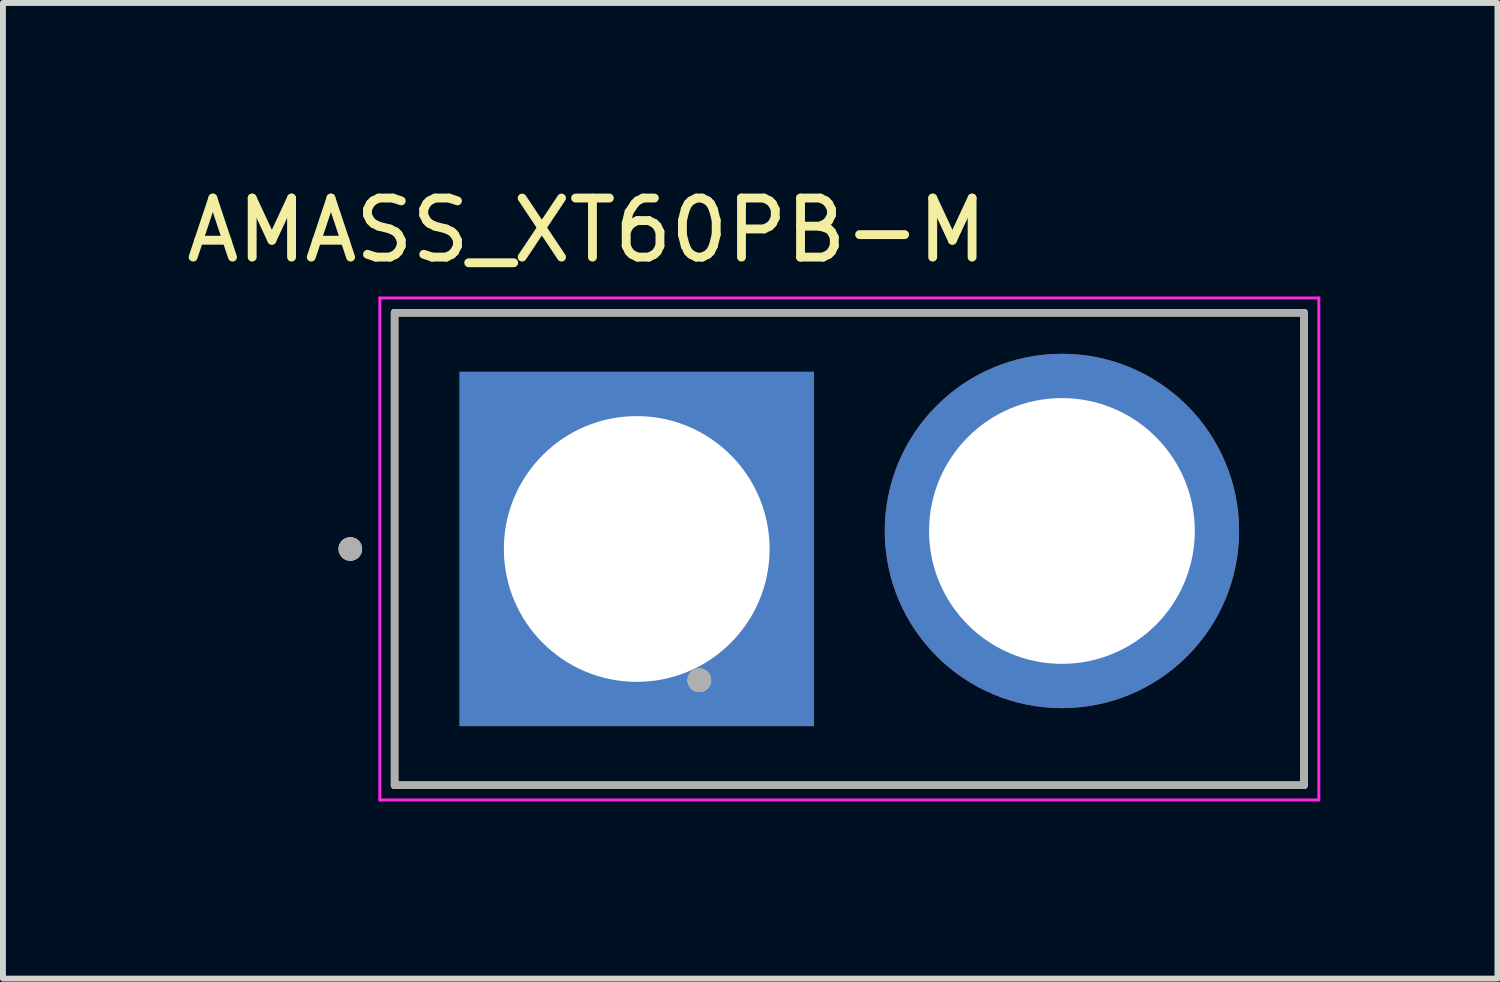
<source format=kicad_pcb>
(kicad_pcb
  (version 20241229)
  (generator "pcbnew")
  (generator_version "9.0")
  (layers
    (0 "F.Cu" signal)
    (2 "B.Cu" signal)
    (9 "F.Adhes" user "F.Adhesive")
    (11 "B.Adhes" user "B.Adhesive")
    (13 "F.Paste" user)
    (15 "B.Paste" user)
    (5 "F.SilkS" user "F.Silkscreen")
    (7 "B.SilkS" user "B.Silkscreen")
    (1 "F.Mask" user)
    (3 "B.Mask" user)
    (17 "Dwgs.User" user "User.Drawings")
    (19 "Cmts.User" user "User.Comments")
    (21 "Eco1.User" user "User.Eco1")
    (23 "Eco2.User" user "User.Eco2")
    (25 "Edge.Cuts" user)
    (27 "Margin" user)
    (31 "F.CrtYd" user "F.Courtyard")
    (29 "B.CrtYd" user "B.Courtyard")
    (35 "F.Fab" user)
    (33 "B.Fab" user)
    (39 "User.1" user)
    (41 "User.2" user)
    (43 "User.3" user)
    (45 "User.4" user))
  (footprint "AMASS_XT60PB-M"
    (layer "F.Cu")
    (at 11.332 6.246)
    (property "Reference" "AMASS_XT60PB-M" (at -4.445 -5.397 0) (layer "F.SilkS") (effects (font (size 1 1) (thickness 0.15))))
    (attr through_hole)
    (fp_line (start -7.7 -4) (end 7.7 -4) (stroke (width 0.127) (type solid)) (layer "F.SilkS"))
    (fp_line (start -7.7 4) (end -7.7 -4) (stroke (width 0.127) (type solid)) (layer "F.SilkS"))
    (fp_line (start 7.7 -4) (end 7.7 4) (stroke (width 0.127) (type solid)) (layer "F.SilkS"))
    (fp_line (start 7.7 4) (end -7.7 4) (stroke (width 0.127) (type solid)) (layer "F.SilkS"))
    (fp_circle (center -8.45 0) (end -8.35 0) (stroke (width 0.2) (type solid)) (fill no) (layer "F.SilkS"))
    (fp_circle (center -2.54 2.223) (end -2.44 2.223) (stroke (width 0.2) (type solid)) (fill no) (layer "F.SilkS"))
    (fp_line (start -7.95 -4.25) (end 7.95 -4.25) (stroke (width 0.05) (type solid)) (layer "F.CrtYd"))
    (fp_line (start -7.95 4.25) (end -7.95 -4.25) (stroke (width 0.05) (type solid)) (layer "F.CrtYd"))
    (fp_line (start 7.95 -4.25) (end 7.95 4.25) (stroke (width 0.05) (type solid)) (layer "F.CrtYd"))
    (fp_line (start 7.95 4.25) (end -7.95 4.25) (stroke (width 0.05) (type solid)) (layer "F.CrtYd"))
    (fp_line (start -7.7 -4) (end 7.7 -4) (stroke (width 0.127) (type solid)) (layer "F.Fab"))
    (fp_line (start -7.7 4) (end -7.7 -4) (stroke (width 0.127) (type solid)) (layer "F.Fab"))
    (fp_line (start 7.7 -4) (end 7.7 4) (stroke (width 0.127) (type solid)) (layer "F.Fab"))
    (fp_line (start 7.7 4) (end -7.7 4) (stroke (width 0.127) (type solid)) (layer "F.Fab"))
    (fp_circle (center -8.45 0) (end -8.35 0) (stroke (width 0.2) (type solid)) (fill no) (layer "F.Fab"))
    (fp_circle (center -2.54 2.223) (end -2.44 2.223) (stroke (width 0.2) (type solid)) (fill no) (layer "F.Fab"))
    (pad "1" thru_hole rect (at -3.6 0) (size 6 6) (drill 4.5) (layers "*.Cu" "*.Mask"))
    (pad "2" thru_hole circle (at 3.6 -0.305) (size 6 6) (drill 4.5) (layers "*.Cu" "*.Mask")))
  (gr_rect
    (start -3 -3)
    (end 22.307 13.521)
    (stroke (width 0.1) (type default))
    (fill no)
    (layer "Edge.Cuts")))
</source>
